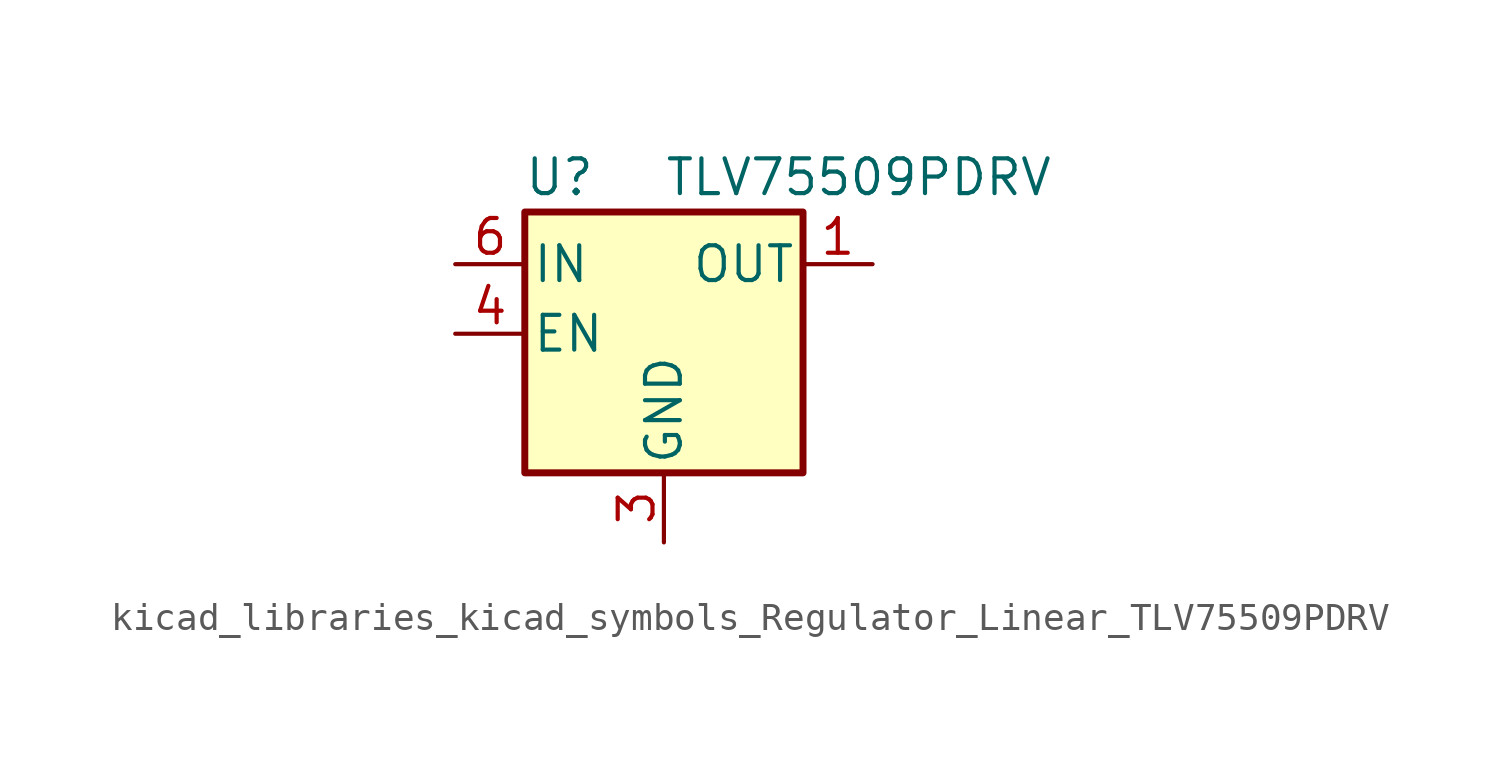
<source format=kicad_sym>
(kicad_symbol_lib
  (version 20220914)
  (generator kicad_symbol_editor)
  (symbol "kicad_libraries_kicad_symbols_Regulator_Linear_TLV75509PDRV"
    (pin_names
      (offset 0.254))
    (property "Reference" "U"
      (at -3.81 5.715 0)
      (effects (font (size 1.27 1.27))))
    (property "Value" "TLV75509PDRV"
      (at 0 5.715 0)
      (effects (font (size 1.27 1.27)) (justify left)))
    (symbol "kicad_libraries_kicad_symbols_Regulator_Linear_TLV75509PDRV_0_1"
      (rectangle (start -5.08 4.445) (end 5.08 -5.08) (stroke (width 0.254) (type default)) (fill (type background))))
    (symbol "kicad_libraries_kicad_symbols_Regulator_Linear_TLV75509PDRV_1_1"
      (pin power_out line (at 7.62 2.54 180) (length 2.54) (name "OUT" (effects (font (size 1.27 1.27)))) (number "1" (effects (font (size 1.27 1.27)))))
      (pin no_connect line (at 5.08 0 180) (length 2.54) hide (name "NC" (effects (font (size 1.27 1.27)))) (number "2" (effects (font (size 1.27 1.27)))))
      (pin power_in line (at 0 -7.62 90) (length 2.54) (name "GND" (effects (font (size 1.27 1.27)))) (number "3" (effects (font (size 1.27 1.27)))))
      (pin input line (at -7.62 0 0) (length 2.54) (name "EN" (effects (font (size 1.27 1.27)))) (number "4" (effects (font (size 1.27 1.27)))))
      (pin no_connect line (at 5.08 -2.54 180) (length 2.54) hide (name "NC" (effects (font (size 1.27 1.27)))) (number "5" (effects (font (size 1.27 1.27)))))
      (pin power_in line (at -7.62 2.54 0) (length 2.54) (name "IN" (effects (font (size 1.27 1.27)))) (number "6" (effects (font (size 1.27 1.27)))))
      (pin passive line (at 0 -7.62 90) (length 2.54) hide (name "GND" (effects (font (size 1.27 1.27)))) (number "7" (effects (font (size 1.27 1.27))))))))
</source>
